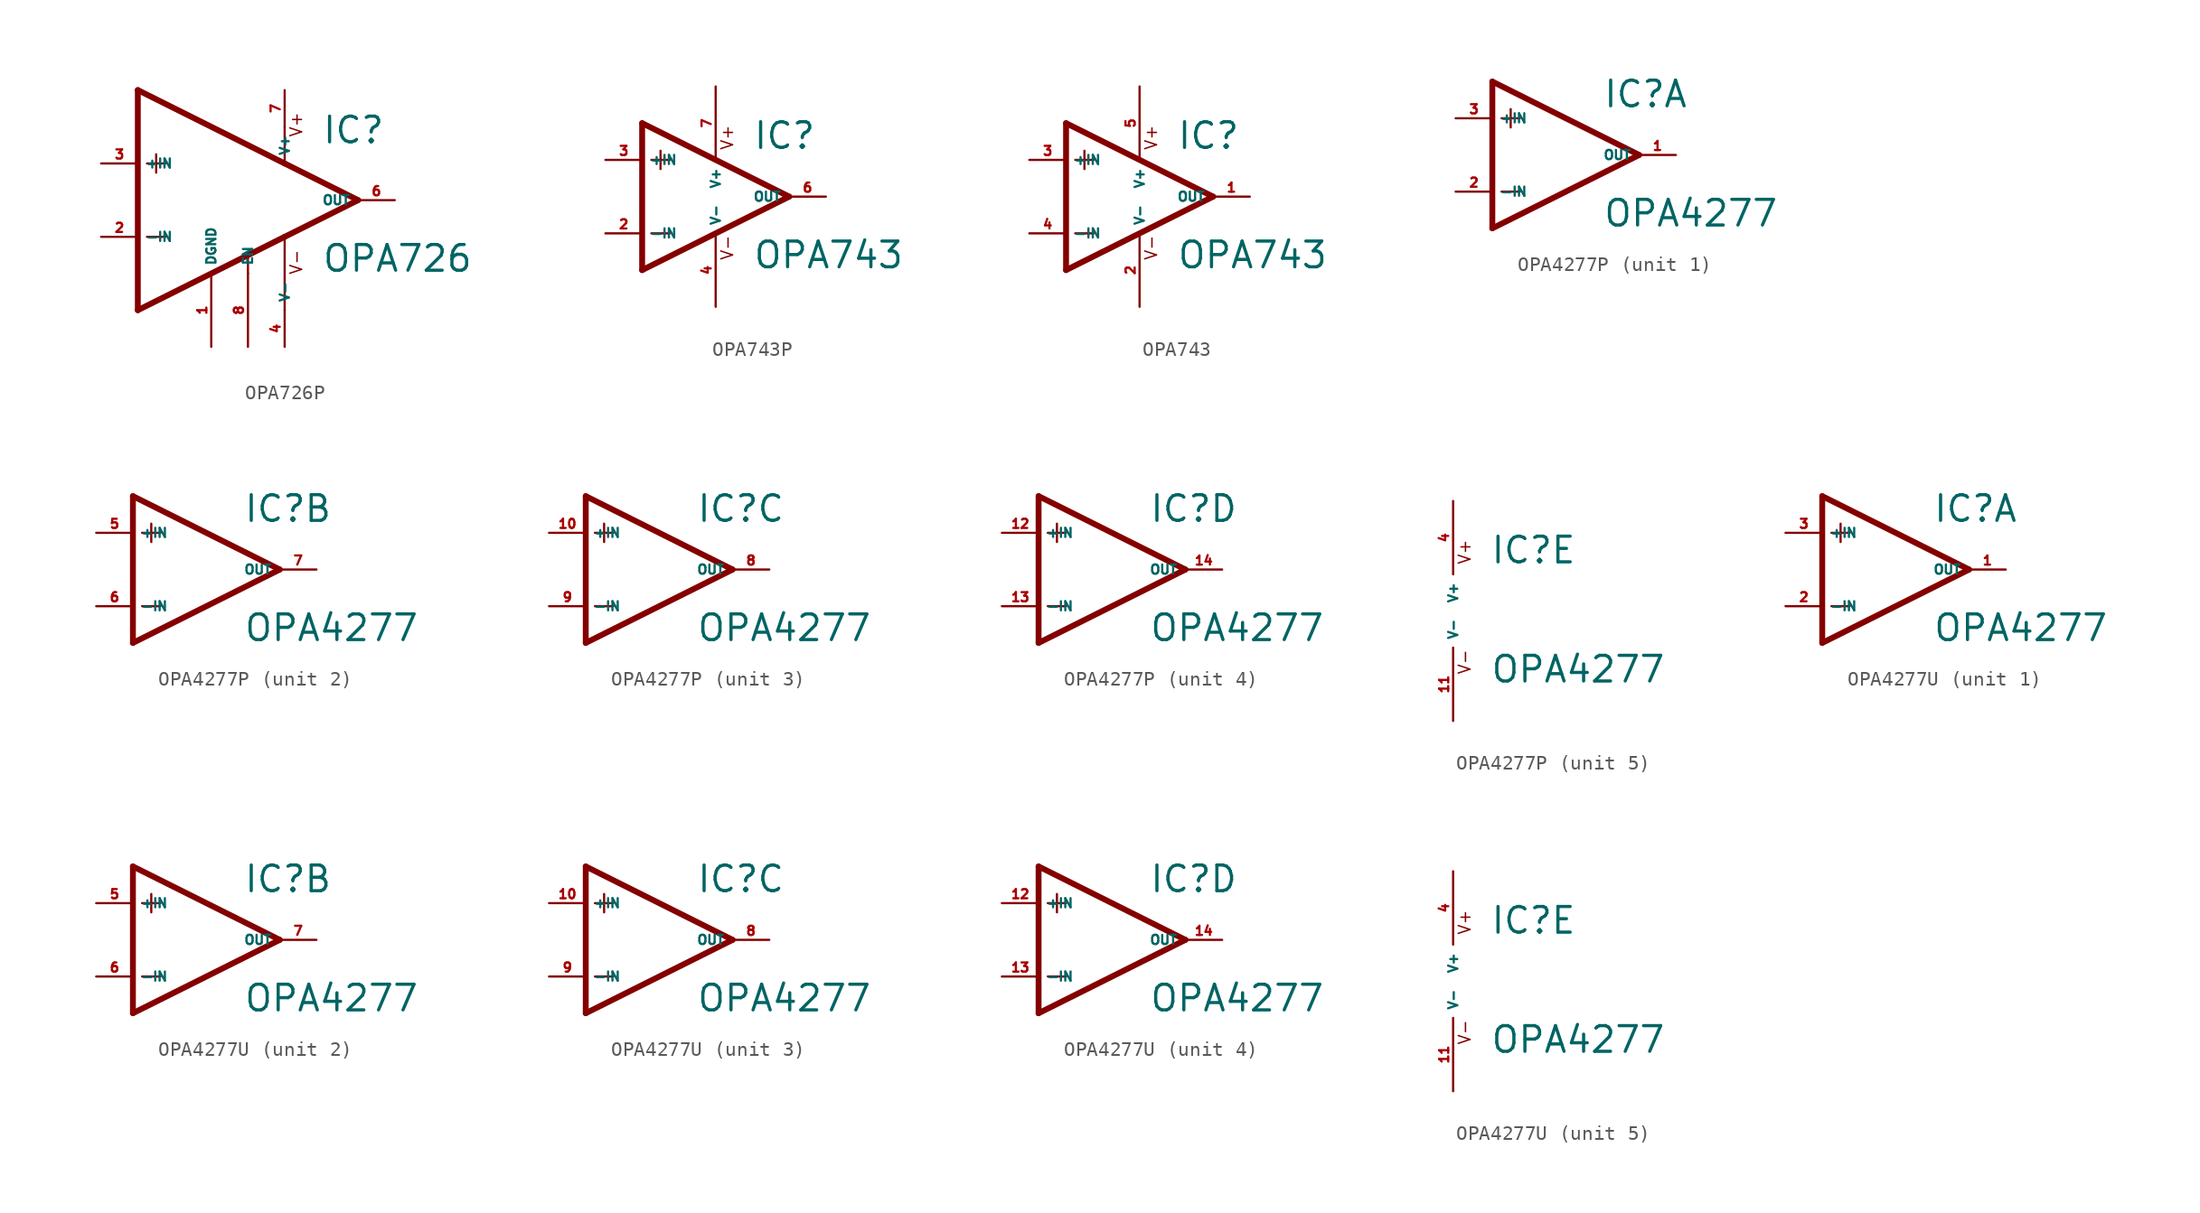
<source format=kicad_sym>
(kicad_symbol_lib
  (version 20220914)
  (generator Eagle2Kicad)
  (symbol "OPA726P"
    (property "Reference" "IC"
      (at 7.62 3.81 0)
      (effects (font (size 1.778 1.778) (thickness 0.22)) (justify left bottom)))
    (property "Value" "OPA726"
      (at 7.62 -5.08 0)
      (effects (font (size 1.778 1.778) (thickness 0.22)) (justify left bottom)))
    (polyline
      (pts (xy -5.08 7.62) (xy -5.08 -7.62))
      (stroke (width 0.406) (type default))
      (fill (type none)))
    (polyline
      (pts (xy -5.08 -7.62) (xy 2.54 -3.81))
      (stroke (width 0.406) (type default))
      (fill (type none)))
    (polyline
      (pts (xy 2.54 -3.81) (xy 5.08 -2.54))
      (stroke (width 0.406) (type default))
      (fill (type none)))
    (polyline
      (pts (xy 5.08 -2.54) (xy 10.16 0))
      (stroke (width 0.406) (type default))
      (fill (type none)))
    (polyline
      (pts (xy 10.16 0) (xy 5.08 2.54))
      (stroke (width 0.406) (type default))
      (fill (type none)))
    (polyline
      (pts (xy 5.08 2.54) (xy -5.08 7.62))
      (stroke (width 0.406) (type default))
      (fill (type none)))
    (polyline
      (pts (xy -3.81 3.175) (xy -3.81 1.905))
      (stroke (width 0.152) (type default))
      (fill (type none)))
    (polyline
      (pts (xy -4.445 2.54) (xy -3.175 2.54))
      (stroke (width 0.152) (type default))
      (fill (type none)))
    (polyline
      (pts (xy -4.445 -2.54) (xy -3.175 -2.54))
      (stroke (width 0.152) (type default))
      (fill (type none)))
    (polyline
      (pts (xy 2.54 -5.08) (xy 2.54 -3.81))
      (stroke (width 0.152) (type default))
      (fill (type none)))
    (polyline
      (pts (xy 5.08 -7.62) (xy 5.08 -2.54))
      (stroke (width 0.152) (type default))
      (fill (type none)))
    (polyline
      (pts (xy 5.08 2.54) (xy 5.08 5.08))
      (stroke (width 0.152) (type default))
      (fill (type none)))
    (text "V+"
      (at 6.35 4.318 900)
      (effects (font (size 0.813 0.813) (thickness 0.10)) (justify left bottom)))
    (text "V-"
      (at 6.35 -5.207 900)
      (effects (font (size 0.813 0.813) (thickness 0.10)) (justify left bottom)))
    (pin input line
      (at -7.62 -2.54 0)
      (length 2.54)
      (name "-IN" (effects (font (size 0.635 0.635) (thickness 0.08)) (justify left bottom)))
      (number "2" (effects (font (size 0.635 0.635) (thickness 0.08)) (justify left bottom))))
    (pin input line
      (at -7.62 2.54 0)
      (length 2.54)
      (name "+IN" (effects (font (size 0.635 0.635) (thickness 0.08)) (justify left bottom)))
      (number "3" (effects (font (size 0.635 0.635) (thickness 0.08)) (justify left bottom))))
    (pin output line
      (at 12.7 0 180)
      (length 2.54)
      (name "OUT" (effects (font (size 0.635 0.635) (thickness 0.08)) (justify left bottom)))
      (number "6" (effects (font (size 0.635 0.635) (thickness 0.08)) (justify left bottom))))
    (pin unspecified line
      (at 5.08 7.62 270)
      (length 2.54)
      (name "V+" (effects (font (size 0.635 0.635) (thickness 0.08)) (justify left bottom)))
      (number "7" (effects (font (size 0.635 0.635) (thickness 0.08)) (justify left bottom))))
    (pin unspecified line
      (at 5.08 -10.16 90)
      (length 2.54)
      (name "V-" (effects (font (size 0.635 0.635) (thickness 0.08)) (justify left bottom)))
      (number "4" (effects (font (size 0.635 0.635) (thickness 0.08)) (justify left bottom))))
    (pin input line
      (at 2.54 -10.16 90)
      (length 5.08)
      (name "EN" (effects (font (size 0.635 0.635) (thickness 0.08)) (justify left bottom)))
      (number "8" (effects (font (size 0.635 0.635) (thickness 0.08)) (justify left bottom))))
    (pin input line
      (at 0 -10.16 90)
      (length 5.08)
      (name "DGND" (effects (font (size 0.635 0.635) (thickness 0.08)) (justify left bottom)))
      (number "1" (effects (font (size 0.635 0.635) (thickness 0.08)) (justify left bottom)))))
  (symbol "OPA743P"
    (property "Reference" "IC"
      (at 2.54 3.175 0)
      (effects (font (size 1.778 1.778) (thickness 0.22)) (justify left bottom)))
    (property "Value" "OPA743"
      (at 2.54 -5.08 0)
      (effects (font (size 1.778 1.778) (thickness 0.22)) (justify left bottom)))
    (polyline
      (pts (xy -5.08 5.08) (xy -5.08 -5.08))
      (stroke (width 0.406) (type default))
      (fill (type none)))
    (polyline
      (pts (xy -5.08 -5.08) (xy 5.08 0))
      (stroke (width 0.406) (type default))
      (fill (type none)))
    (polyline
      (pts (xy 5.08 0) (xy -5.08 5.08))
      (stroke (width 0.406) (type default))
      (fill (type none)))
    (polyline
      (pts (xy -3.81 3.175) (xy -3.81 1.905))
      (stroke (width 0.152) (type default))
      (fill (type none)))
    (polyline
      (pts (xy -4.445 2.54) (xy -3.175 2.54))
      (stroke (width 0.152) (type default))
      (fill (type none)))
    (polyline
      (pts (xy -4.445 -2.54) (xy -3.175 -2.54))
      (stroke (width 0.152) (type default))
      (fill (type none)))
    (text "V+"
      (at 1.27 3.175 900)
      (effects (font (size 0.813 0.813) (thickness 0.10)) (justify left bottom)))
    (text "V-"
      (at 1.27 -4.445 900)
      (effects (font (size 0.813 0.813) (thickness 0.10)) (justify left bottom)))
    (pin input line
      (at -7.62 -2.54 0)
      (length 2.54)
      (name "-IN" (effects (font (size 0.635 0.635) (thickness 0.08)) (justify left bottom)))
      (number "2" (effects (font (size 0.635 0.635) (thickness 0.08)) (justify left bottom))))
    (pin input line
      (at -7.62 2.54 0)
      (length 2.54)
      (name "+IN" (effects (font (size 0.635 0.635) (thickness 0.08)) (justify left bottom)))
      (number "3" (effects (font (size 0.635 0.635) (thickness 0.08)) (justify left bottom))))
    (pin output line
      (at 7.62 0 180)
      (length 2.54)
      (name "OUT" (effects (font (size 0.635 0.635) (thickness 0.08)) (justify left bottom)))
      (number "6" (effects (font (size 0.635 0.635) (thickness 0.08)) (justify left bottom))))
    (pin unspecified line
      (at 0 7.62 270)
      (length 5.08)
      (name "V+" (effects (font (size 0.635 0.635) (thickness 0.08)) (justify left bottom)))
      (number "7" (effects (font (size 0.635 0.635) (thickness 0.08)) (justify left bottom))))
    (pin unspecified line
      (at 0 -7.62 90)
      (length 5.08)
      (name "V-" (effects (font (size 0.635 0.635) (thickness 0.08)) (justify left bottom)))
      (number "4" (effects (font (size 0.635 0.635) (thickness 0.08)) (justify left bottom)))))
  (symbol "OPA743"
    (property "Reference" "IC"
      (at 2.54 3.175 0)
      (effects (font (size 1.778 1.778) (thickness 0.22)) (justify left bottom)))
    (property "Value" "OPA743"
      (at 2.54 -5.08 0)
      (effects (font (size 1.778 1.778) (thickness 0.22)) (justify left bottom)))
    (polyline
      (pts (xy -5.08 5.08) (xy -5.08 -5.08))
      (stroke (width 0.406) (type default))
      (fill (type none)))
    (polyline
      (pts (xy -5.08 -5.08) (xy 5.08 0))
      (stroke (width 0.406) (type default))
      (fill (type none)))
    (polyline
      (pts (xy 5.08 0) (xy -5.08 5.08))
      (stroke (width 0.406) (type default))
      (fill (type none)))
    (polyline
      (pts (xy -3.81 3.175) (xy -3.81 1.905))
      (stroke (width 0.152) (type default))
      (fill (type none)))
    (polyline
      (pts (xy -4.445 2.54) (xy -3.175 2.54))
      (stroke (width 0.152) (type default))
      (fill (type none)))
    (polyline
      (pts (xy -4.445 -2.54) (xy -3.175 -2.54))
      (stroke (width 0.152) (type default))
      (fill (type none)))
    (text "V+"
      (at 1.27 3.175 900)
      (effects (font (size 0.813 0.813) (thickness 0.10)) (justify left bottom)))
    (text "V-"
      (at 1.27 -4.445 900)
      (effects (font (size 0.813 0.813) (thickness 0.10)) (justify left bottom)))
    (pin input line
      (at -7.62 -2.54 0)
      (length 2.54)
      (name "-IN" (effects (font (size 0.635 0.635) (thickness 0.08)) (justify left bottom)))
      (number "4" (effects (font (size 0.635 0.635) (thickness 0.08)) (justify left bottom))))
    (pin input line
      (at -7.62 2.54 0)
      (length 2.54)
      (name "+IN" (effects (font (size 0.635 0.635) (thickness 0.08)) (justify left bottom)))
      (number "3" (effects (font (size 0.635 0.635) (thickness 0.08)) (justify left bottom))))
    (pin output line
      (at 7.62 0 180)
      (length 2.54)
      (name "OUT" (effects (font (size 0.635 0.635) (thickness 0.08)) (justify left bottom)))
      (number "1" (effects (font (size 0.635 0.635) (thickness 0.08)) (justify left bottom))))
    (pin unspecified line
      (at 0 7.62 270)
      (length 5.08)
      (name "V+" (effects (font (size 0.635 0.635) (thickness 0.08)) (justify left bottom)))
      (number "5" (effects (font (size 0.635 0.635) (thickness 0.08)) (justify left bottom))))
    (pin unspecified line
      (at 0 -7.62 90)
      (length 5.08)
      (name "V-" (effects (font (size 0.635 0.635) (thickness 0.08)) (justify left bottom)))
      (number "2" (effects (font (size 0.635 0.635) (thickness 0.08)) (justify left bottom)))))
  (symbol "OPA4277P"
    (property "Reference" "IC"
      (at 2.54 3.175 0)
      (effects (font (size 1.778 1.778) (thickness 0.22)) (justify left bottom)))
    (property "Value" "OPA4277"
      (at 2.54 -5.08 0)
      (effects (font (size 1.778 1.778) (thickness 0.22)) (justify left bottom)))
    (symbol "OPA4277P_1_0"
      (polyline (pts (xy -5.08 5.08) (xy -5.08 -5.08)) (stroke (width 0.406) (type default)) (fill (type none)))
      (polyline (pts (xy -5.08 -5.08) (xy 5.08 0)) (stroke (width 0.406) (type default)) (fill (type none)))
      (polyline (pts (xy 5.08 0) (xy -5.08 5.08)) (stroke (width 0.406) (type default)) (fill (type none)))
      (polyline (pts (xy -3.81 3.175) (xy -3.81 1.905)) (stroke (width 0.152) (type default)) (fill (type none)))
      (polyline (pts (xy -4.445 2.54) (xy -3.175 2.54)) (stroke (width 0.152) (type default)) (fill (type none)))
      (polyline (pts (xy -4.445 -2.54) (xy -3.175 -2.54)) (stroke (width 0.152) (type default)) (fill (type none)))
      (pin input line (at -7.62 -2.54 0) (length 2.54) (name "-IN" (effects (font (size 0.635 0.635) (thickness 0.08)) (justify left bottom))) (number "2" (effects (font (size 0.635 0.635) (thickness 0.08)) (justify left bottom))))
      (pin input line (at -7.62 2.54 0) (length 2.54) (name "+IN" (effects (font (size 0.635 0.635) (thickness 0.08)) (justify left bottom))) (number "3" (effects (font (size 0.635 0.635) (thickness 0.08)) (justify left bottom))))
      (pin output line (at 7.62 0 180) (length 2.54) (name "OUT" (effects (font (size 0.635 0.635) (thickness 0.08)) (justify left bottom))) (number "1" (effects (font (size 0.635 0.635) (thickness 0.08)) (justify left bottom)))))
    (symbol "OPA4277P_2_0"
      (polyline (pts (xy -5.08 5.08) (xy -5.08 -5.08)) (stroke (width 0.406) (type default)) (fill (type none)))
      (polyline (pts (xy -5.08 -5.08) (xy 5.08 0)) (stroke (width 0.406) (type default)) (fill (type none)))
      (polyline (pts (xy 5.08 0) (xy -5.08 5.08)) (stroke (width 0.406) (type default)) (fill (type none)))
      (polyline (pts (xy -3.81 3.175) (xy -3.81 1.905)) (stroke (width 0.152) (type default)) (fill (type none)))
      (polyline (pts (xy -4.445 2.54) (xy -3.175 2.54)) (stroke (width 0.152) (type default)) (fill (type none)))
      (polyline (pts (xy -4.445 -2.54) (xy -3.175 -2.54)) (stroke (width 0.152) (type default)) (fill (type none)))
      (pin input line (at -7.62 -2.54 0) (length 2.54) (name "-IN" (effects (font (size 0.635 0.635) (thickness 0.08)) (justify left bottom))) (number "6" (effects (font (size 0.635 0.635) (thickness 0.08)) (justify left bottom))))
      (pin input line (at -7.62 2.54 0) (length 2.54) (name "+IN" (effects (font (size 0.635 0.635) (thickness 0.08)) (justify left bottom))) (number "5" (effects (font (size 0.635 0.635) (thickness 0.08)) (justify left bottom))))
      (pin output line (at 7.62 0 180) (length 2.54) (name "OUT" (effects (font (size 0.635 0.635) (thickness 0.08)) (justify left bottom))) (number "7" (effects (font (size 0.635 0.635) (thickness 0.08)) (justify left bottom)))))
    (symbol "OPA4277P_3_0"
      (polyline (pts (xy -5.08 5.08) (xy -5.08 -5.08)) (stroke (width 0.406) (type default)) (fill (type none)))
      (polyline (pts (xy -5.08 -5.08) (xy 5.08 0)) (stroke (width 0.406) (type default)) (fill (type none)))
      (polyline (pts (xy 5.08 0) (xy -5.08 5.08)) (stroke (width 0.406) (type default)) (fill (type none)))
      (polyline (pts (xy -3.81 3.175) (xy -3.81 1.905)) (stroke (width 0.152) (type default)) (fill (type none)))
      (polyline (pts (xy -4.445 2.54) (xy -3.175 2.54)) (stroke (width 0.152) (type default)) (fill (type none)))
      (polyline (pts (xy -4.445 -2.54) (xy -3.175 -2.54)) (stroke (width 0.152) (type default)) (fill (type none)))
      (pin input line (at -7.62 -2.54 0) (length 2.54) (name "-IN" (effects (font (size 0.635 0.635) (thickness 0.08)) (justify left bottom))) (number "9" (effects (font (size 0.635 0.635) (thickness 0.08)) (justify left bottom))))
      (pin input line (at -7.62 2.54 0) (length 2.54) (name "+IN" (effects (font (size 0.635 0.635) (thickness 0.08)) (justify left bottom))) (number "10" (effects (font (size 0.635 0.635) (thickness 0.08)) (justify left bottom))))
      (pin output line (at 7.62 0 180) (length 2.54) (name "OUT" (effects (font (size 0.635 0.635) (thickness 0.08)) (justify left bottom))) (number "8" (effects (font (size 0.635 0.635) (thickness 0.08)) (justify left bottom)))))
    (symbol "OPA4277P_4_0"
      (polyline (pts (xy -5.08 5.08) (xy -5.08 -5.08)) (stroke (width 0.406) (type default)) (fill (type none)))
      (polyline (pts (xy -5.08 -5.08) (xy 5.08 0)) (stroke (width 0.406) (type default)) (fill (type none)))
      (polyline (pts (xy 5.08 0) (xy -5.08 5.08)) (stroke (width 0.406) (type default)) (fill (type none)))
      (polyline (pts (xy -3.81 3.175) (xy -3.81 1.905)) (stroke (width 0.152) (type default)) (fill (type none)))
      (polyline (pts (xy -4.445 2.54) (xy -3.175 2.54)) (stroke (width 0.152) (type default)) (fill (type none)))
      (polyline (pts (xy -4.445 -2.54) (xy -3.175 -2.54)) (stroke (width 0.152) (type default)) (fill (type none)))
      (pin input line (at -7.62 -2.54 0) (length 2.54) (name "-IN" (effects (font (size 0.635 0.635) (thickness 0.08)) (justify left bottom))) (number "13" (effects (font (size 0.635 0.635) (thickness 0.08)) (justify left bottom))))
      (pin input line (at -7.62 2.54 0) (length 2.54) (name "+IN" (effects (font (size 0.635 0.635) (thickness 0.08)) (justify left bottom))) (number "12" (effects (font (size 0.635 0.635) (thickness 0.08)) (justify left bottom))))
      (pin output line (at 7.62 0 180) (length 2.54) (name "OUT" (effects (font (size 0.635 0.635) (thickness 0.08)) (justify left bottom))) (number "14" (effects (font (size 0.635 0.635) (thickness 0.08)) (justify left bottom)))))
    (symbol "OPA4277P_5_0"
      (text "V+" (at 1.27 3.175 900) (effects (font (size 0.813 0.813) (thickness 0.10)) (justify left bottom)))
      (text "V-" (at 1.27 -4.445 900) (effects (font (size 0.813 0.813) (thickness 0.10)) (justify left bottom)))
      (pin unspecified line (at 0 7.62 270) (length 5.08) (name "V+" (effects (font (size 0.635 0.635) (thickness 0.08)) (justify left bottom))) (number "4" (effects (font (size 0.635 0.635) (thickness 0.08)) (justify left bottom))))
      (pin unspecified line (at 0 -7.62 90) (length 5.08) (name "V-" (effects (font (size 0.635 0.635) (thickness 0.08)) (justify left bottom))) (number "11" (effects (font (size 0.635 0.635) (thickness 0.08)) (justify left bottom))))))
  (symbol "OPA4277U"
    (property "Reference" "IC"
      (at 2.54 3.175 0)
      (effects (font (size 1.778 1.778) (thickness 0.22)) (justify left bottom)))
    (property "Value" "OPA4277"
      (at 2.54 -5.08 0)
      (effects (font (size 1.778 1.778) (thickness 0.22)) (justify left bottom)))
    (symbol "OPA4277U_1_0"
      (polyline (pts (xy -5.08 5.08) (xy -5.08 -5.08)) (stroke (width 0.406) (type default)) (fill (type none)))
      (polyline (pts (xy -5.08 -5.08) (xy 5.08 0)) (stroke (width 0.406) (type default)) (fill (type none)))
      (polyline (pts (xy 5.08 0) (xy -5.08 5.08)) (stroke (width 0.406) (type default)) (fill (type none)))
      (polyline (pts (xy -3.81 3.175) (xy -3.81 1.905)) (stroke (width 0.152) (type default)) (fill (type none)))
      (polyline (pts (xy -4.445 2.54) (xy -3.175 2.54)) (stroke (width 0.152) (type default)) (fill (type none)))
      (polyline (pts (xy -4.445 -2.54) (xy -3.175 -2.54)) (stroke (width 0.152) (type default)) (fill (type none)))
      (pin input line (at -7.62 -2.54 0) (length 2.54) (name "-IN" (effects (font (size 0.635 0.635) (thickness 0.08)) (justify left bottom))) (number "2" (effects (font (size 0.635 0.635) (thickness 0.08)) (justify left bottom))))
      (pin input line (at -7.62 2.54 0) (length 2.54) (name "+IN" (effects (font (size 0.635 0.635) (thickness 0.08)) (justify left bottom))) (number "3" (effects (font (size 0.635 0.635) (thickness 0.08)) (justify left bottom))))
      (pin output line (at 7.62 0 180) (length 2.54) (name "OUT" (effects (font (size 0.635 0.635) (thickness 0.08)) (justify left bottom))) (number "1" (effects (font (size 0.635 0.635) (thickness 0.08)) (justify left bottom)))))
    (symbol "OPA4277U_2_0"
      (polyline (pts (xy -5.08 5.08) (xy -5.08 -5.08)) (stroke (width 0.406) (type default)) (fill (type none)))
      (polyline (pts (xy -5.08 -5.08) (xy 5.08 0)) (stroke (width 0.406) (type default)) (fill (type none)))
      (polyline (pts (xy 5.08 0) (xy -5.08 5.08)) (stroke (width 0.406) (type default)) (fill (type none)))
      (polyline (pts (xy -3.81 3.175) (xy -3.81 1.905)) (stroke (width 0.152) (type default)) (fill (type none)))
      (polyline (pts (xy -4.445 2.54) (xy -3.175 2.54)) (stroke (width 0.152) (type default)) (fill (type none)))
      (polyline (pts (xy -4.445 -2.54) (xy -3.175 -2.54)) (stroke (width 0.152) (type default)) (fill (type none)))
      (pin input line (at -7.62 -2.54 0) (length 2.54) (name "-IN" (effects (font (size 0.635 0.635) (thickness 0.08)) (justify left bottom))) (number "6" (effects (font (size 0.635 0.635) (thickness 0.08)) (justify left bottom))))
      (pin input line (at -7.62 2.54 0) (length 2.54) (name "+IN" (effects (font (size 0.635 0.635) (thickness 0.08)) (justify left bottom))) (number "5" (effects (font (size 0.635 0.635) (thickness 0.08)) (justify left bottom))))
      (pin output line (at 7.62 0 180) (length 2.54) (name "OUT" (effects (font (size 0.635 0.635) (thickness 0.08)) (justify left bottom))) (number "7" (effects (font (size 0.635 0.635) (thickness 0.08)) (justify left bottom)))))
    (symbol "OPA4277U_3_0"
      (polyline (pts (xy -5.08 5.08) (xy -5.08 -5.08)) (stroke (width 0.406) (type default)) (fill (type none)))
      (polyline (pts (xy -5.08 -5.08) (xy 5.08 0)) (stroke (width 0.406) (type default)) (fill (type none)))
      (polyline (pts (xy 5.08 0) (xy -5.08 5.08)) (stroke (width 0.406) (type default)) (fill (type none)))
      (polyline (pts (xy -3.81 3.175) (xy -3.81 1.905)) (stroke (width 0.152) (type default)) (fill (type none)))
      (polyline (pts (xy -4.445 2.54) (xy -3.175 2.54)) (stroke (width 0.152) (type default)) (fill (type none)))
      (polyline (pts (xy -4.445 -2.54) (xy -3.175 -2.54)) (stroke (width 0.152) (type default)) (fill (type none)))
      (pin input line (at -7.62 -2.54 0) (length 2.54) (name "-IN" (effects (font (size 0.635 0.635) (thickness 0.08)) (justify left bottom))) (number "9" (effects (font (size 0.635 0.635) (thickness 0.08)) (justify left bottom))))
      (pin input line (at -7.62 2.54 0) (length 2.54) (name "+IN" (effects (font (size 0.635 0.635) (thickness 0.08)) (justify left bottom))) (number "10" (effects (font (size 0.635 0.635) (thickness 0.08)) (justify left bottom))))
      (pin output line (at 7.62 0 180) (length 2.54) (name "OUT" (effects (font (size 0.635 0.635) (thickness 0.08)) (justify left bottom))) (number "8" (effects (font (size 0.635 0.635) (thickness 0.08)) (justify left bottom)))))
    (symbol "OPA4277U_4_0"
      (polyline (pts (xy -5.08 5.08) (xy -5.08 -5.08)) (stroke (width 0.406) (type default)) (fill (type none)))
      (polyline (pts (xy -5.08 -5.08) (xy 5.08 0)) (stroke (width 0.406) (type default)) (fill (type none)))
      (polyline (pts (xy 5.08 0) (xy -5.08 5.08)) (stroke (width 0.406) (type default)) (fill (type none)))
      (polyline (pts (xy -3.81 3.175) (xy -3.81 1.905)) (stroke (width 0.152) (type default)) (fill (type none)))
      (polyline (pts (xy -4.445 2.54) (xy -3.175 2.54)) (stroke (width 0.152) (type default)) (fill (type none)))
      (polyline (pts (xy -4.445 -2.54) (xy -3.175 -2.54)) (stroke (width 0.152) (type default)) (fill (type none)))
      (pin input line (at -7.62 -2.54 0) (length 2.54) (name "-IN" (effects (font (size 0.635 0.635) (thickness 0.08)) (justify left bottom))) (number "13" (effects (font (size 0.635 0.635) (thickness 0.08)) (justify left bottom))))
      (pin input line (at -7.62 2.54 0) (length 2.54) (name "+IN" (effects (font (size 0.635 0.635) (thickness 0.08)) (justify left bottom))) (number "12" (effects (font (size 0.635 0.635) (thickness 0.08)) (justify left bottom))))
      (pin output line (at 7.62 0 180) (length 2.54) (name "OUT" (effects (font (size 0.635 0.635) (thickness 0.08)) (justify left bottom))) (number "14" (effects (font (size 0.635 0.635) (thickness 0.08)) (justify left bottom)))))
    (symbol "OPA4277U_5_0"
      (text "V+" (at 1.27 3.175 900) (effects (font (size 0.813 0.813) (thickness 0.10)) (justify left bottom)))
      (text "V-" (at 1.27 -4.445 900) (effects (font (size 0.813 0.813) (thickness 0.10)) (justify left bottom)))
      (pin unspecified line (at 0 7.62 270) (length 5.08) (name "V+" (effects (font (size 0.635 0.635) (thickness 0.08)) (justify left bottom))) (number "4" (effects (font (size 0.635 0.635) (thickness 0.08)) (justify left bottom))))
      (pin unspecified line (at 0 -7.62 90) (length 5.08) (name "V-" (effects (font (size 0.635 0.635) (thickness 0.08)) (justify left bottom))) (number "11" (effects (font (size 0.635 0.635) (thickness 0.08)) (justify left bottom)))))))
</source>
